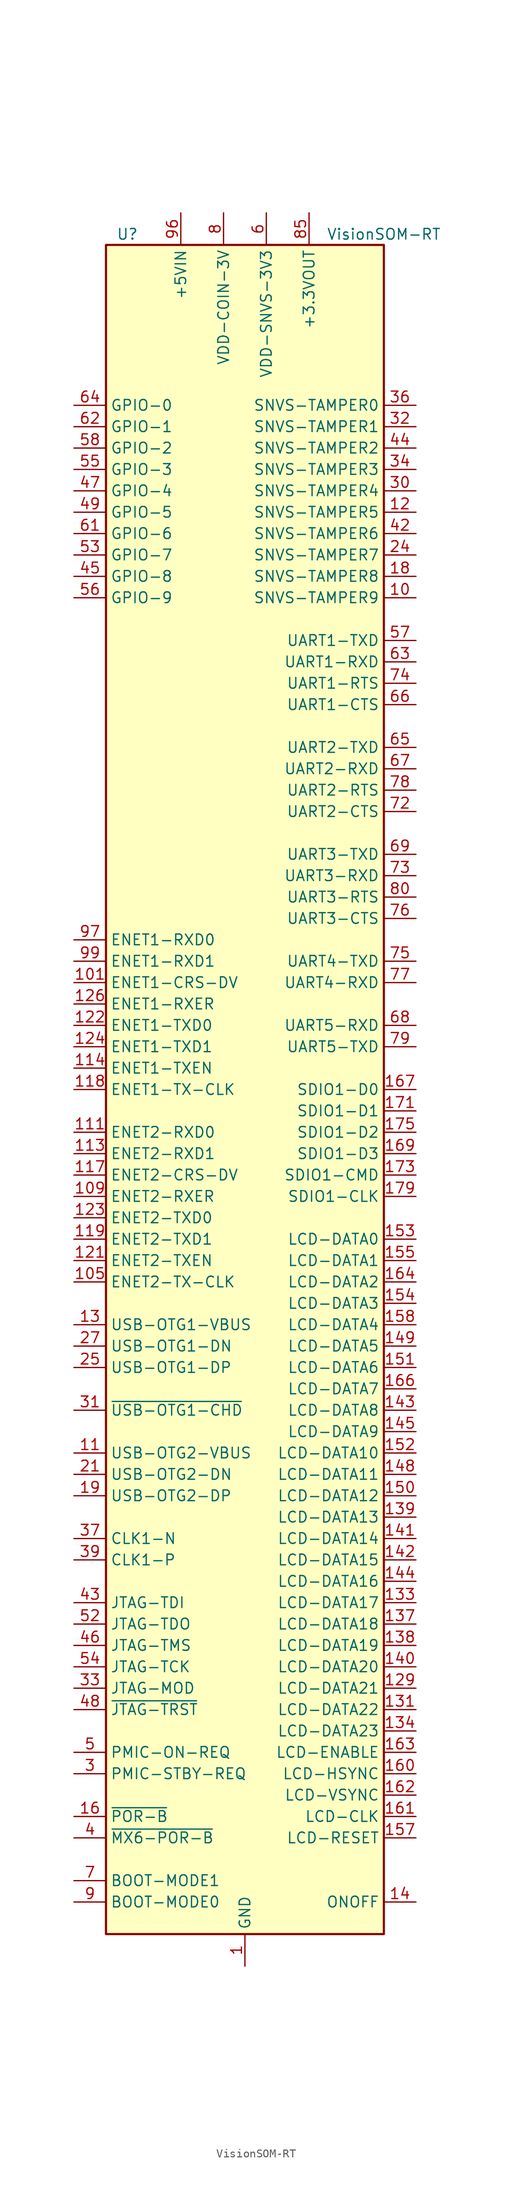
<source format=kicad_sym>
(kicad_symbol_lib
  (version 20200908)
  (generator kicad_symbol_editor)
  (symbol "MCU_Module:VisionSOM-RT"
    (property "Reference" "U"
      (at -13.97 101.6 0)
      (effects (font (size 1.27 1.27))))
    (property "Value" "VisionSOM-RT"
      (at 16.51 101.6 0)
      (effects (font (size 1.27 1.27))))
    (symbol "VisionSOM-RT_0_1"
      (rectangle (start -16.51 100.33) (end 16.51 -100.33) (stroke (width 0.254)) (fill (type background))))
    (symbol "VisionSOM-RT_1_1"
      (pin power_in line (at 0 -104.14 90) (length 3.81) (name "GND" (effects (font (size 1.27 1.27)))) (number "1" (effects (font (size 1.27 1.27)))))
      (pin bidirectional line (at 20.32 58.42 180) (length 3.81) (name "SNVS-TAMPER9" (effects (font (size 1.27 1.27)))) (number "10" (effects (font (size 1.27 1.27)))))
      (pin passive line (at -7.62 104.14 270) (length 3.81) hide (name "+5VIN" (effects (font (size 1.27 1.27)))) (number "100" (effects (font (size 1.27 1.27)))))
      (pin bidirectional line (at -20.32 12.7 0) (length 3.81) (name "ENET1-CRS-DV" (effects (font (size 1.27 1.27)))) (number "101" (effects (font (size 1.27 1.27)))))
      (pin passive line (at -7.62 104.14 270) (length 3.81) hide (name "+5VIN" (effects (font (size 1.27 1.27)))) (number "102" (effects (font (size 1.27 1.27)))))
      (pin passive line (at 0 -104.14 90) (length 3.81) hide (name "GND" (effects (font (size 1.27 1.27)))) (number "103" (effects (font (size 1.27 1.27)))))
      (pin passive line (at -7.62 104.14 270) (length 3.81) hide (name "+5VIN" (effects (font (size 1.27 1.27)))) (number "104" (effects (font (size 1.27 1.27)))))
      (pin bidirectional line (at -20.32 -22.86 0) (length 3.81) (name "ENET2-TX-CLK" (effects (font (size 1.27 1.27)))) (number "105" (effects (font (size 1.27 1.27)))))
      (pin passive line (at -7.62 104.14 270) (length 3.81) hide (name "+5VIN" (effects (font (size 1.27 1.27)))) (number "106" (effects (font (size 1.27 1.27)))))
      (pin passive line (at 0 -104.14 90) (length 3.81) hide (name "GND" (effects (font (size 1.27 1.27)))) (number "107" (effects (font (size 1.27 1.27)))))
      (pin passive line (at -7.62 104.14 270) (length 3.81) hide (name "+5VIN" (effects (font (size 1.27 1.27)))) (number "108" (effects (font (size 1.27 1.27)))))
      (pin bidirectional line (at -20.32 -12.7 0) (length 3.81) (name "ENET2-RXER" (effects (font (size 1.27 1.27)))) (number "109" (effects (font (size 1.27 1.27)))))
      (pin input line (at -20.32 -43.18 0) (length 3.81) (name "USB-OTG2-VBUS" (effects (font (size 1.27 1.27)))) (number "11" (effects (font (size 1.27 1.27)))))
      (pin passive line (at -7.62 104.14 270) (length 3.81) hide (name "+5VIN" (effects (font (size 1.27 1.27)))) (number "110" (effects (font (size 1.27 1.27)))))
      (pin bidirectional line (at -20.32 -5.08 0) (length 3.81) (name "ENET2-RXD0" (effects (font (size 1.27 1.27)))) (number "111" (effects (font (size 1.27 1.27)))))
      (pin passive line (at -7.62 104.14 270) (length 3.81) hide (name "+5VIN" (effects (font (size 1.27 1.27)))) (number "112" (effects (font (size 1.27 1.27)))))
      (pin bidirectional line (at -20.32 -7.62 0) (length 3.81) (name "ENET2-RXD1" (effects (font (size 1.27 1.27)))) (number "113" (effects (font (size 1.27 1.27)))))
      (pin bidirectional line (at -20.32 2.54 0) (length 3.81) (name "ENET1-TXEN" (effects (font (size 1.27 1.27)))) (number "114" (effects (font (size 1.27 1.27)))))
      (pin passive line (at 0 -104.14 90) (length 3.81) hide (name "GND" (effects (font (size 1.27 1.27)))) (number "115" (effects (font (size 1.27 1.27)))))
      (pin passive line (at 0 -104.14 90) (length 3.81) hide (name "GND" (effects (font (size 1.27 1.27)))) (number "116" (effects (font (size 1.27 1.27)))))
      (pin bidirectional line (at -20.32 -10.16 0) (length 3.81) (name "ENET2-CRS-DV" (effects (font (size 1.27 1.27)))) (number "117" (effects (font (size 1.27 1.27)))))
      (pin bidirectional line (at -20.32 0 0) (length 3.81) (name "ENET1-TX-CLK" (effects (font (size 1.27 1.27)))) (number "118" (effects (font (size 1.27 1.27)))))
      (pin bidirectional line (at -20.32 -17.78 0) (length 3.81) (name "ENET2-TXD1" (effects (font (size 1.27 1.27)))) (number "119" (effects (font (size 1.27 1.27)))))
      (pin bidirectional line (at 20.32 68.58 180) (length 3.81) (name "SNVS-TAMPER5" (effects (font (size 1.27 1.27)))) (number "12" (effects (font (size 1.27 1.27)))))
      (pin passive line (at 0 -104.14 90) (length 3.81) hide (name "GND" (effects (font (size 1.27 1.27)))) (number "120" (effects (font (size 1.27 1.27)))))
      (pin bidirectional line (at -20.32 -20.32 0) (length 3.81) (name "ENET2-TXEN" (effects (font (size 1.27 1.27)))) (number "121" (effects (font (size 1.27 1.27)))))
      (pin bidirectional line (at -20.32 7.62 0) (length 3.81) (name "ENET1-TXD0" (effects (font (size 1.27 1.27)))) (number "122" (effects (font (size 1.27 1.27)))))
      (pin bidirectional line (at -20.32 -15.24 0) (length 3.81) (name "ENET2-TXD0" (effects (font (size 1.27 1.27)))) (number "123" (effects (font (size 1.27 1.27)))))
      (pin bidirectional line (at -20.32 5.08 0) (length 3.81) (name "ENET1-TXD1" (effects (font (size 1.27 1.27)))) (number "124" (effects (font (size 1.27 1.27)))))
      (pin passive line (at 0 -104.14 90) (length 3.81) hide (name "GND" (effects (font (size 1.27 1.27)))) (number "125" (effects (font (size 1.27 1.27)))))
      (pin bidirectional line (at -20.32 10.16 0) (length 3.81) (name "ENET1-RXER" (effects (font (size 1.27 1.27)))) (number "126" (effects (font (size 1.27 1.27)))))
      (pin passive line (at 0 -104.14 90) (length 3.81) hide (name "GND" (effects (font (size 1.27 1.27)))) (number "127" (effects (font (size 1.27 1.27)))))
      (pin passive line (at 0 -104.14 90) (length 3.81) hide (name "GND" (effects (font (size 1.27 1.27)))) (number "128" (effects (font (size 1.27 1.27)))))
      (pin bidirectional line (at 20.32 -71.12 180) (length 3.81) (name "LCD-DATA21" (effects (font (size 1.27 1.27)))) (number "129" (effects (font (size 1.27 1.27)))))
      (pin input line (at -20.32 -27.94 0) (length 3.81) (name "USB-OTG1-VBUS" (effects (font (size 1.27 1.27)))) (number "13" (effects (font (size 1.27 1.27)))))
      (pin passive line (at 0 -104.14 90) (length 3.81) hide (name "GND" (effects (font (size 1.27 1.27)))) (number "130" (effects (font (size 1.27 1.27)))))
      (pin bidirectional line (at 20.32 -73.66 180) (length 3.81) (name "LCD-DATA22" (effects (font (size 1.27 1.27)))) (number "131" (effects (font (size 1.27 1.27)))))
      (pin passive line (at 0 -104.14 90) (length 3.81) hide (name "GND" (effects (font (size 1.27 1.27)))) (number "132" (effects (font (size 1.27 1.27)))))
      (pin bidirectional line (at 20.32 -60.96 180) (length 3.81) (name "LCD-DATA17" (effects (font (size 1.27 1.27)))) (number "133" (effects (font (size 1.27 1.27)))))
      (pin bidirectional line (at 20.32 -76.2 180) (length 3.81) (name "LCD-DATA23" (effects (font (size 1.27 1.27)))) (number "134" (effects (font (size 1.27 1.27)))))
      (pin passive line (at 0 -104.14 90) (length 3.81) hide (name "GND" (effects (font (size 1.27 1.27)))) (number "135" (effects (font (size 1.27 1.27)))))
      (pin passive line (at 0 -104.14 90) (length 3.81) hide (name "GND" (effects (font (size 1.27 1.27)))) (number "136" (effects (font (size 1.27 1.27)))))
      (pin bidirectional line (at 20.32 -63.5 180) (length 3.81) (name "LCD-DATA18" (effects (font (size 1.27 1.27)))) (number "137" (effects (font (size 1.27 1.27)))))
      (pin bidirectional line (at 20.32 -66.04 180) (length 3.81) (name "LCD-DATA19" (effects (font (size 1.27 1.27)))) (number "138" (effects (font (size 1.27 1.27)))))
      (pin bidirectional line (at 20.32 -50.8 180) (length 3.81) (name "LCD-DATA13" (effects (font (size 1.27 1.27)))) (number "139" (effects (font (size 1.27 1.27)))))
      (pin input line (at 20.32 -96.52 180) (length 3.81) (name "ONOFF" (effects (font (size 1.27 1.27)))) (number "14" (effects (font (size 1.27 1.27)))))
      (pin bidirectional line (at 20.32 -68.58 180) (length 3.81) (name "LCD-DATA20" (effects (font (size 1.27 1.27)))) (number "140" (effects (font (size 1.27 1.27)))))
      (pin bidirectional line (at 20.32 -53.34 180) (length 3.81) (name "LCD-DATA14" (effects (font (size 1.27 1.27)))) (number "141" (effects (font (size 1.27 1.27)))))
      (pin bidirectional line (at 20.32 -55.88 180) (length 3.81) (name "LCD-DATA15" (effects (font (size 1.27 1.27)))) (number "142" (effects (font (size 1.27 1.27)))))
      (pin bidirectional line (at 20.32 -38.1 180) (length 3.81) (name "LCD-DATA8" (effects (font (size 1.27 1.27)))) (number "143" (effects (font (size 1.27 1.27)))))
      (pin bidirectional line (at 20.32 -58.42 180) (length 3.81) (name "LCD-DATA16" (effects (font (size 1.27 1.27)))) (number "144" (effects (font (size 1.27 1.27)))))
      (pin bidirectional line (at 20.32 -40.64 180) (length 3.81) (name "LCD-DATA9" (effects (font (size 1.27 1.27)))) (number "145" (effects (font (size 1.27 1.27)))))
      (pin passive line (at 0 -104.14 90) (length 3.81) hide (name "GND" (effects (font (size 1.27 1.27)))) (number "146" (effects (font (size 1.27 1.27)))))
      (pin passive line (at 0 -104.14 90) (length 3.81) hide (name "GND" (effects (font (size 1.27 1.27)))) (number "147" (effects (font (size 1.27 1.27)))))
      (pin bidirectional line (at 20.32 -45.72 180) (length 3.81) (name "LCD-DATA11" (effects (font (size 1.27 1.27)))) (number "148" (effects (font (size 1.27 1.27)))))
      (pin bidirectional line (at 20.32 -30.48 180) (length 3.81) (name "LCD-DATA5" (effects (font (size 1.27 1.27)))) (number "149" (effects (font (size 1.27 1.27)))))
      (pin passive line (at 0 -104.14 90) (length 3.81) hide (name "GND" (effects (font (size 1.27 1.27)))) (number "15" (effects (font (size 1.27 1.27)))))
      (pin bidirectional line (at 20.32 -48.26 180) (length 3.81) (name "LCD-DATA12" (effects (font (size 1.27 1.27)))) (number "150" (effects (font (size 1.27 1.27)))))
      (pin bidirectional line (at 20.32 -33.02 180) (length 3.81) (name "LCD-DATA6" (effects (font (size 1.27 1.27)))) (number "151" (effects (font (size 1.27 1.27)))))
      (pin bidirectional line (at 20.32 -43.18 180) (length 3.81) (name "LCD-DATA10" (effects (font (size 1.27 1.27)))) (number "152" (effects (font (size 1.27 1.27)))))
      (pin bidirectional line (at 20.32 -17.78 180) (length 3.81) (name "LCD-DATA0" (effects (font (size 1.27 1.27)))) (number "153" (effects (font (size 1.27 1.27)))))
      (pin bidirectional line (at 20.32 -25.4 180) (length 3.81) (name "LCD-DATA3" (effects (font (size 1.27 1.27)))) (number "154" (effects (font (size 1.27 1.27)))))
      (pin bidirectional line (at 20.32 -20.32 180) (length 3.81) (name "LCD-DATA1" (effects (font (size 1.27 1.27)))) (number "155" (effects (font (size 1.27 1.27)))))
      (pin passive line (at 0 -104.14 90) (length 3.81) hide (name "GND" (effects (font (size 1.27 1.27)))) (number "156" (effects (font (size 1.27 1.27)))))
      (pin bidirectional line (at 20.32 -88.9 180) (length 3.81) (name "LCD-RESET" (effects (font (size 1.27 1.27)))) (number "157" (effects (font (size 1.27 1.27)))))
      (pin bidirectional line (at 20.32 -27.94 180) (length 3.81) (name "LCD-DATA4" (effects (font (size 1.27 1.27)))) (number "158" (effects (font (size 1.27 1.27)))))
      (pin passive line (at 0 -104.14 90) (length 3.81) hide (name "GND" (effects (font (size 1.27 1.27)))) (number "159" (effects (font (size 1.27 1.27)))))
      (pin input line (at -20.32 -86.36 0) (length 3.81) (name "~POR-B" (effects (font (size 1.27 1.27)))) (number "16" (effects (font (size 1.27 1.27)))))
      (pin bidirectional line (at 20.32 -81.28 180) (length 3.81) (name "LCD-HSYNC" (effects (font (size 1.27 1.27)))) (number "160" (effects (font (size 1.27 1.27)))))
      (pin bidirectional line (at 20.32 -86.36 180) (length 3.81) (name "LCD-CLK" (effects (font (size 1.27 1.27)))) (number "161" (effects (font (size 1.27 1.27)))))
      (pin bidirectional line (at 20.32 -83.82 180) (length 3.81) (name "LCD-VSYNC" (effects (font (size 1.27 1.27)))) (number "162" (effects (font (size 1.27 1.27)))))
      (pin bidirectional line (at 20.32 -78.74 180) (length 3.81) (name "LCD-ENABLE" (effects (font (size 1.27 1.27)))) (number "163" (effects (font (size 1.27 1.27)))))
      (pin bidirectional line (at 20.32 -22.86 180) (length 3.81) (name "LCD-DATA2" (effects (font (size 1.27 1.27)))) (number "164" (effects (font (size 1.27 1.27)))))
      (pin passive line (at 0 -104.14 90) (length 3.81) hide (name "GND" (effects (font (size 1.27 1.27)))) (number "165" (effects (font (size 1.27 1.27)))))
      (pin bidirectional line (at 20.32 -35.56 180) (length 3.81) (name "LCD-DATA7" (effects (font (size 1.27 1.27)))) (number "166" (effects (font (size 1.27 1.27)))))
      (pin bidirectional line (at 20.32 0 180) (length 3.81) (name "SDIO1-D0" (effects (font (size 1.27 1.27)))) (number "167" (effects (font (size 1.27 1.27)))))
      (pin passive line (at 0 -104.14 90) (length 3.81) hide (name "GND" (effects (font (size 1.27 1.27)))) (number "168" (effects (font (size 1.27 1.27)))))
      (pin bidirectional line (at 20.32 -7.62 180) (length 3.81) (name "SDIO1-D3" (effects (font (size 1.27 1.27)))) (number "169" (effects (font (size 1.27 1.27)))))
      (pin passive line (at 0 -104.14 90) (length 3.81) hide (name "GND" (effects (font (size 1.27 1.27)))) (number "17" (effects (font (size 1.27 1.27)))))
      (pin passive line (at 0 -104.14 90) (length 3.81) hide (name "GND" (effects (font (size 1.27 1.27)))) (number "170" (effects (font (size 1.27 1.27)))))
      (pin bidirectional line (at 20.32 -2.54 180) (length 3.81) (name "SDIO1-D1" (effects (font (size 1.27 1.27)))) (number "171" (effects (font (size 1.27 1.27)))))
      (pin passive line (at 0 -104.14 90) (length 3.81) hide (name "GND" (effects (font (size 1.27 1.27)))) (number "172" (effects (font (size 1.27 1.27)))))
      (pin bidirectional line (at 20.32 -10.16 180) (length 3.81) (name "SDIO1-CMD" (effects (font (size 1.27 1.27)))) (number "173" (effects (font (size 1.27 1.27)))))
      (pin passive line (at 0 -104.14 90) (length 3.81) hide (name "GND" (effects (font (size 1.27 1.27)))) (number "174" (effects (font (size 1.27 1.27)))))
      (pin bidirectional line (at 20.32 -5.08 180) (length 3.81) (name "SDIO1-D2" (effects (font (size 1.27 1.27)))) (number "175" (effects (font (size 1.27 1.27)))))
      (pin unconnected line (at -5.08 -99.06 90) (length 3.81) hide (name "NC" (effects (font (size 1.27 1.27)))) (number "176" (effects (font (size 1.27 1.27)))))
      (pin passive line (at 0 -104.14 90) (length 3.81) hide (name "GND" (effects (font (size 1.27 1.27)))) (number "177" (effects (font (size 1.27 1.27)))))
      (pin unconnected line (at -2.54 -99.06 90) (length 3.81) hide (name "NC" (effects (font (size 1.27 1.27)))) (number "178" (effects (font (size 1.27 1.27)))))
      (pin bidirectional line (at 20.32 -12.7 180) (length 3.81) (name "SDIO1-CLK" (effects (font (size 1.27 1.27)))) (number "179" (effects (font (size 1.27 1.27)))))
      (pin bidirectional line (at 20.32 60.96 180) (length 3.81) (name "SNVS-TAMPER8" (effects (font (size 1.27 1.27)))) (number "18" (effects (font (size 1.27 1.27)))))
      (pin unconnected line (at 2.54 -99.06 90) (length 3.81) hide (name "NC" (effects (font (size 1.27 1.27)))) (number "180" (effects (font (size 1.27 1.27)))))
      (pin passive line (at 0 -104.14 90) (length 3.81) hide (name "GND" (effects (font (size 1.27 1.27)))) (number "181" (effects (font (size 1.27 1.27)))))
      (pin unconnected line (at 5.08 -99.06 90) (length 3.81) hide (name "NC" (effects (font (size 1.27 1.27)))) (number "182" (effects (font (size 1.27 1.27)))))
      (pin unconnected line (at -15.24 22.86 0) (length 3.81) hide (name "NC" (effects (font (size 1.27 1.27)))) (number "183" (effects (font (size 1.27 1.27)))))
      (pin passive line (at 0 -104.14 90) (length 3.81) hide (name "GND" (effects (font (size 1.27 1.27)))) (number "184" (effects (font (size 1.27 1.27)))))
      (pin passive line (at 0 -104.14 90) (length 3.81) hide (name "GND" (effects (font (size 1.27 1.27)))) (number "185" (effects (font (size 1.27 1.27)))))
      (pin unconnected line (at -15.24 35.56 0) (length 3.81) hide (name "NC" (effects (font (size 1.27 1.27)))) (number "186" (effects (font (size 1.27 1.27)))))
      (pin unconnected line (at -15.24 25.4 0) (length 3.81) hide (name "NC" (effects (font (size 1.27 1.27)))) (number "187" (effects (font (size 1.27 1.27)))))
      (pin unconnected line (at -15.24 33.02 0) (length 3.81) hide (name "NC" (effects (font (size 1.27 1.27)))) (number "188" (effects (font (size 1.27 1.27)))))
      (pin passive line (at 0 -104.14 90) (length 3.81) hide (name "GND" (effects (font (size 1.27 1.27)))) (number "189" (effects (font (size 1.27 1.27)))))
      (pin bidirectional line (at -20.32 -48.26 0) (length 3.81) (name "USB-OTG2-DP" (effects (font (size 1.27 1.27)))) (number "19" (effects (font (size 1.27 1.27)))))
      (pin unconnected line (at -15.24 38.1 0) (length 3.81) hide (name "NC" (effects (font (size 1.27 1.27)))) (number "190" (effects (font (size 1.27 1.27)))))
      (pin unconnected line (at -15.24 40.64 0) (length 3.81) hide (name "NC" (effects (font (size 1.27 1.27)))) (number "191" (effects (font (size 1.27 1.27)))))
      (pin unconnected line (at -15.24 43.18 0) (length 3.81) hide (name "NC" (effects (font (size 1.27 1.27)))) (number "192" (effects (font (size 1.27 1.27)))))
      (pin unconnected line (at -15.24 48.26 0) (length 3.81) hide (name "NC" (effects (font (size 1.27 1.27)))) (number "193" (effects (font (size 1.27 1.27)))))
      (pin unconnected line (at -15.24 45.72 0) (length 3.81) hide (name "NC" (effects (font (size 1.27 1.27)))) (number "194" (effects (font (size 1.27 1.27)))))
      (pin unconnected line (at -15.24 50.8 0) (length 3.81) hide (name "NC" (effects (font (size 1.27 1.27)))) (number "195" (effects (font (size 1.27 1.27)))))
      (pin unconnected line (at -15.24 53.34 0) (length 3.81) hide (name "NC" (effects (font (size 1.27 1.27)))) (number "196" (effects (font (size 1.27 1.27)))))
      (pin unconnected line (at -15.24 30.48 0) (length 3.81) hide (name "NC" (effects (font (size 1.27 1.27)))) (number "197" (effects (font (size 1.27 1.27)))))
      (pin unconnected line (at -15.24 27.94 0) (length 3.81) hide (name "NC" (effects (font (size 1.27 1.27)))) (number "198" (effects (font (size 1.27 1.27)))))
      (pin passive line (at 0 -104.14 90) (length 3.81) hide (name "GND" (effects (font (size 1.27 1.27)))) (number "199" (effects (font (size 1.27 1.27)))))
      (pin passive line (at 0 -104.14 90) (length 3.81) hide (name "GND" (effects (font (size 1.27 1.27)))) (number "2" (effects (font (size 1.27 1.27)))))
      (pin passive line (at 0 -104.14 90) (length 3.81) hide (name "GND" (effects (font (size 1.27 1.27)))) (number "20" (effects (font (size 1.27 1.27)))))
      (pin passive line (at 0 -104.14 90) (length 3.81) hide (name "GND" (effects (font (size 1.27 1.27)))) (number "200" (effects (font (size 1.27 1.27)))))
      (pin bidirectional line (at -20.32 -45.72 0) (length 3.81) (name "USB-OTG2-DN" (effects (font (size 1.27 1.27)))) (number "21" (effects (font (size 1.27 1.27)))))
      (pin passive line (at 0 -104.14 90) (length 3.81) hide (name "GND" (effects (font (size 1.27 1.27)))) (number "22" (effects (font (size 1.27 1.27)))))
      (pin passive line (at 0 -104.14 90) (length 3.81) hide (name "GND" (effects (font (size 1.27 1.27)))) (number "23" (effects (font (size 1.27 1.27)))))
      (pin bidirectional line (at 20.32 63.5 180) (length 3.81) (name "SNVS-TAMPER7" (effects (font (size 1.27 1.27)))) (number "24" (effects (font (size 1.27 1.27)))))
      (pin bidirectional line (at -20.32 -33.02 0) (length 3.81) (name "USB-OTG1-DP" (effects (font (size 1.27 1.27)))) (number "25" (effects (font (size 1.27 1.27)))))
      (pin passive line (at 0 -104.14 90) (length 3.81) hide (name "GND" (effects (font (size 1.27 1.27)))) (number "26" (effects (font (size 1.27 1.27)))))
      (pin bidirectional line (at -20.32 -30.48 0) (length 3.81) (name "USB-OTG1-DN" (effects (font (size 1.27 1.27)))) (number "27" (effects (font (size 1.27 1.27)))))
      (pin passive line (at 0 -104.14 90) (length 3.81) hide (name "GND" (effects (font (size 1.27 1.27)))) (number "28" (effects (font (size 1.27 1.27)))))
      (pin passive line (at 0 -104.14 90) (length 3.81) hide (name "GND" (effects (font (size 1.27 1.27)))) (number "29" (effects (font (size 1.27 1.27)))))
      (pin output line (at -20.32 -81.28 0) (length 3.81) (name "PMIC-STBY-REQ" (effects (font (size 1.27 1.27)))) (number "3" (effects (font (size 1.27 1.27)))))
      (pin bidirectional line (at 20.32 71.12 180) (length 3.81) (name "SNVS-TAMPER4" (effects (font (size 1.27 1.27)))) (number "30" (effects (font (size 1.27 1.27)))))
      (pin open_collector line (at -20.32 -38.1 0) (length 3.81) (name "~USB-OTG1-CHD" (effects (font (size 1.27 1.27)))) (number "31" (effects (font (size 1.27 1.27)))))
      (pin bidirectional line (at 20.32 78.74 180) (length 3.81) (name "SNVS-TAMPER1" (effects (font (size 1.27 1.27)))) (number "32" (effects (font (size 1.27 1.27)))))
      (pin bidirectional line (at -20.32 -71.12 0) (length 3.81) (name "JTAG-MOD" (effects (font (size 1.27 1.27)))) (number "33" (effects (font (size 1.27 1.27)))))
      (pin bidirectional line (at 20.32 73.66 180) (length 3.81) (name "SNVS-TAMPER3" (effects (font (size 1.27 1.27)))) (number "34" (effects (font (size 1.27 1.27)))))
      (pin passive line (at 0 -104.14 90) (length 3.81) hide (name "GND" (effects (font (size 1.27 1.27)))) (number "35" (effects (font (size 1.27 1.27)))))
      (pin bidirectional line (at 20.32 81.28 180) (length 3.81) (name "SNVS-TAMPER0" (effects (font (size 1.27 1.27)))) (number "36" (effects (font (size 1.27 1.27)))))
      (pin bidirectional line (at -20.32 -53.34 0) (length 3.81) (name "CLK1-N" (effects (font (size 1.27 1.27)))) (number "37" (effects (font (size 1.27 1.27)))))
      (pin passive line (at 0 -104.14 90) (length 3.81) hide (name "GND" (effects (font (size 1.27 1.27)))) (number "38" (effects (font (size 1.27 1.27)))))
      (pin bidirectional line (at -20.32 -55.88 0) (length 3.81) (name "CLK1-P" (effects (font (size 1.27 1.27)))) (number "39" (effects (font (size 1.27 1.27)))))
      (pin input line (at -20.32 -88.9 0) (length 3.81) (name "~MX6-POR-B" (effects (font (size 1.27 1.27)))) (number "4" (effects (font (size 1.27 1.27)))))
      (pin passive line (at 0 -104.14 90) (length 3.81) hide (name "GND" (effects (font (size 1.27 1.27)))) (number "40" (effects (font (size 1.27 1.27)))))
      (pin passive line (at 0 -104.14 90) (length 3.81) hide (name "GND" (effects (font (size 1.27 1.27)))) (number "41" (effects (font (size 1.27 1.27)))))
      (pin bidirectional line (at 20.32 66.04 180) (length 3.81) (name "SNVS-TAMPER6" (effects (font (size 1.27 1.27)))) (number "42" (effects (font (size 1.27 1.27)))))
      (pin bidirectional line (at -20.32 -60.96 0) (length 3.81) (name "JTAG-TDI" (effects (font (size 1.27 1.27)))) (number "43" (effects (font (size 1.27 1.27)))))
      (pin bidirectional line (at 20.32 76.2 180) (length 3.81) (name "SNVS-TAMPER2" (effects (font (size 1.27 1.27)))) (number "44" (effects (font (size 1.27 1.27)))))
      (pin bidirectional line (at -20.32 60.96 0) (length 3.81) (name "GPIO-8" (effects (font (size 1.27 1.27)))) (number "45" (effects (font (size 1.27 1.27)))))
      (pin bidirectional line (at -20.32 -66.04 0) (length 3.81) (name "JTAG-TMS" (effects (font (size 1.27 1.27)))) (number "46" (effects (font (size 1.27 1.27)))))
      (pin bidirectional line (at -20.32 71.12 0) (length 3.81) (name "GPIO-4" (effects (font (size 1.27 1.27)))) (number "47" (effects (font (size 1.27 1.27)))))
      (pin bidirectional line (at -20.32 -73.66 0) (length 3.81) (name "~JTAG-TRST" (effects (font (size 1.27 1.27)))) (number "48" (effects (font (size 1.27 1.27)))))
      (pin bidirectional line (at -20.32 68.58 0) (length 3.81) (name "GPIO-5" (effects (font (size 1.27 1.27)))) (number "49" (effects (font (size 1.27 1.27)))))
      (pin output line (at -20.32 -78.74 0) (length 3.81) (name "PMIC-ON-REQ" (effects (font (size 1.27 1.27)))) (number "5" (effects (font (size 1.27 1.27)))))
      (pin passive line (at 0 -104.14 90) (length 3.81) hide (name "GND" (effects (font (size 1.27 1.27)))) (number "50" (effects (font (size 1.27 1.27)))))
      (pin passive line (at 0 -104.14 90) (length 3.81) hide (name "GND" (effects (font (size 1.27 1.27)))) (number "51" (effects (font (size 1.27 1.27)))))
      (pin bidirectional line (at -20.32 -63.5 0) (length 3.81) (name "JTAG-TDO" (effects (font (size 1.27 1.27)))) (number "52" (effects (font (size 1.27 1.27)))))
      (pin bidirectional line (at -20.32 63.5 0) (length 3.81) (name "GPIO-7" (effects (font (size 1.27 1.27)))) (number "53" (effects (font (size 1.27 1.27)))))
      (pin bidirectional line (at -20.32 -68.58 0) (length 3.81) (name "JTAG-TCK" (effects (font (size 1.27 1.27)))) (number "54" (effects (font (size 1.27 1.27)))))
      (pin bidirectional line (at -20.32 73.66 0) (length 3.81) (name "GPIO-3" (effects (font (size 1.27 1.27)))) (number "55" (effects (font (size 1.27 1.27)))))
      (pin bidirectional line (at -20.32 58.42 0) (length 3.81) (name "GPIO-9" (effects (font (size 1.27 1.27)))) (number "56" (effects (font (size 1.27 1.27)))))
      (pin bidirectional line (at 20.32 53.34 180) (length 3.81) (name "UART1-TXD" (effects (font (size 1.27 1.27)))) (number "57" (effects (font (size 1.27 1.27)))))
      (pin bidirectional line (at -20.32 76.2 0) (length 3.81) (name "GPIO-2" (effects (font (size 1.27 1.27)))) (number "58" (effects (font (size 1.27 1.27)))))
      (pin passive line (at 0 -104.14 90) (length 3.81) hide (name "GND" (effects (font (size 1.27 1.27)))) (number "59" (effects (font (size 1.27 1.27)))))
      (pin power_in line (at 2.54 104.14 270) (length 3.81) (name "VDD-SNVS-3V3" (effects (font (size 1.27 1.27)))) (number "6" (effects (font (size 1.27 1.27)))))
      (pin passive line (at 0 -104.14 90) (length 3.81) hide (name "GND" (effects (font (size 1.27 1.27)))) (number "60" (effects (font (size 1.27 1.27)))))
      (pin bidirectional line (at -20.32 66.04 0) (length 3.81) (name "GPIO-6" (effects (font (size 1.27 1.27)))) (number "61" (effects (font (size 1.27 1.27)))))
      (pin bidirectional line (at -20.32 78.74 0) (length 3.81) (name "GPIO-1" (effects (font (size 1.27 1.27)))) (number "62" (effects (font (size 1.27 1.27)))))
      (pin bidirectional line (at 20.32 50.8 180) (length 3.81) (name "UART1-RXD" (effects (font (size 1.27 1.27)))) (number "63" (effects (font (size 1.27 1.27)))))
      (pin bidirectional line (at -20.32 81.28 0) (length 3.81) (name "GPIO-0" (effects (font (size 1.27 1.27)))) (number "64" (effects (font (size 1.27 1.27)))))
      (pin bidirectional line (at 20.32 40.64 180) (length 3.81) (name "UART2-TXD" (effects (font (size 1.27 1.27)))) (number "65" (effects (font (size 1.27 1.27)))))
      (pin bidirectional line (at 20.32 45.72 180) (length 3.81) (name "UART1-CTS" (effects (font (size 1.27 1.27)))) (number "66" (effects (font (size 1.27 1.27)))))
      (pin bidirectional line (at 20.32 38.1 180) (length 3.81) (name "UART2-RXD" (effects (font (size 1.27 1.27)))) (number "67" (effects (font (size 1.27 1.27)))))
      (pin bidirectional line (at 20.32 7.62 180) (length 3.81) (name "UART5-RXD" (effects (font (size 1.27 1.27)))) (number "68" (effects (font (size 1.27 1.27)))))
      (pin bidirectional line (at 20.32 27.94 180) (length 3.81) (name "UART3-TXD" (effects (font (size 1.27 1.27)))) (number "69" (effects (font (size 1.27 1.27)))))
      (pin input line (at -20.32 -93.98 0) (length 3.81) (name "BOOT-MODE1" (effects (font (size 1.27 1.27)))) (number "7" (effects (font (size 1.27 1.27)))))
      (pin passive line (at 0 -104.14 90) (length 3.81) hide (name "GND" (effects (font (size 1.27 1.27)))) (number "70" (effects (font (size 1.27 1.27)))))
      (pin passive line (at 0 -104.14 90) (length 3.81) hide (name "GND" (effects (font (size 1.27 1.27)))) (number "71" (effects (font (size 1.27 1.27)))))
      (pin bidirectional line (at 20.32 33.02 180) (length 3.81) (name "UART2-CTS" (effects (font (size 1.27 1.27)))) (number "72" (effects (font (size 1.27 1.27)))))
      (pin bidirectional line (at 20.32 25.4 180) (length 3.81) (name "UART3-RXD" (effects (font (size 1.27 1.27)))) (number "73" (effects (font (size 1.27 1.27)))))
      (pin bidirectional line (at 20.32 48.26 180) (length 3.81) (name "UART1-RTS" (effects (font (size 1.27 1.27)))) (number "74" (effects (font (size 1.27 1.27)))))
      (pin bidirectional line (at 20.32 15.24 180) (length 3.81) (name "UART4-TXD" (effects (font (size 1.27 1.27)))) (number "75" (effects (font (size 1.27 1.27)))))
      (pin bidirectional line (at 20.32 20.32 180) (length 3.81) (name "UART3-CTS" (effects (font (size 1.27 1.27)))) (number "76" (effects (font (size 1.27 1.27)))))
      (pin bidirectional line (at 20.32 12.7 180) (length 3.81) (name "UART4-RXD" (effects (font (size 1.27 1.27)))) (number "77" (effects (font (size 1.27 1.27)))))
      (pin bidirectional line (at 20.32 35.56 180) (length 3.81) (name "UART2-RTS" (effects (font (size 1.27 1.27)))) (number "78" (effects (font (size 1.27 1.27)))))
      (pin bidirectional line (at 20.32 5.08 180) (length 3.81) (name "UART5-TXD" (effects (font (size 1.27 1.27)))) (number "79" (effects (font (size 1.27 1.27)))))
      (pin power_in line (at -2.54 104.14 270) (length 3.81) (name "VDD-COIN-3V" (effects (font (size 1.27 1.27)))) (number "8" (effects (font (size 1.27 1.27)))))
      (pin bidirectional line (at 20.32 22.86 180) (length 3.81) (name "UART3-RTS" (effects (font (size 1.27 1.27)))) (number "80" (effects (font (size 1.27 1.27)))))
      (pin passive line (at 0 -104.14 90) (length 3.81) hide (name "GND" (effects (font (size 1.27 1.27)))) (number "81" (effects (font (size 1.27 1.27)))))
      (pin passive line (at 0 -104.14 90) (length 3.81) hide (name "GND" (effects (font (size 1.27 1.27)))) (number "82" (effects (font (size 1.27 1.27)))))
      (pin unconnected line (at 15.24 -93.98 180) (length 3.81) hide (name "NC" (effects (font (size 1.27 1.27)))) (number "83" (effects (font (size 1.27 1.27)))))
      (pin passive line (at 0 -104.14 90) (length 3.81) hide (name "GND" (effects (font (size 1.27 1.27)))) (number "84" (effects (font (size 1.27 1.27)))))
      (pin power_out line (at 7.62 104.14 270) (length 3.81) (name "+3.3VOUT" (effects (font (size 1.27 1.27)))) (number "85" (effects (font (size 1.27 1.27)))))
      (pin unconnected line (at -15.24 -76.2 0) (length 2.54) hide (name "NC" (effects (font (size 1.27 1.27)))) (number "86" (effects (font (size 1.27 1.27)))))
      (pin passive line (at 7.62 104.14 270) (length 3.81) hide (name "+3.3VOUT" (effects (font (size 1.27 1.27)))) (number "87" (effects (font (size 1.27 1.27)))))
      (pin passive line (at 7.62 104.14 270) (length 3.81) hide (name "+3.3VOUT" (effects (font (size 1.27 1.27)))) (number "88" (effects (font (size 1.27 1.27)))))
      (pin passive line (at 7.62 104.14 270) (length 3.81) hide (name "+3.3VOUT" (effects (font (size 1.27 1.27)))) (number "89" (effects (font (size 1.27 1.27)))))
      (pin input line (at -20.32 -96.52 0) (length 3.81) (name "BOOT-MODE0" (effects (font (size 1.27 1.27)))) (number "9" (effects (font (size 1.27 1.27)))))
      (pin passive line (at 7.62 104.14 270) (length 3.81) hide (name "+3.3VOUT" (effects (font (size 1.27 1.27)))) (number "90" (effects (font (size 1.27 1.27)))))
      (pin passive line (at 7.62 104.14 270) (length 3.81) hide (name "+3.3VOUT" (effects (font (size 1.27 1.27)))) (number "91" (effects (font (size 1.27 1.27)))))
      (pin passive line (at 7.62 104.14 270) (length 3.81) hide (name "+3.3VOUT" (effects (font (size 1.27 1.27)))) (number "92" (effects (font (size 1.27 1.27)))))
      (pin passive line (at 7.62 104.14 270) (length 3.81) hide (name "+3.3VOUT" (effects (font (size 1.27 1.27)))) (number "93" (effects (font (size 1.27 1.27)))))
      (pin unconnected line (at -15.24 -83.82 0) (length 2.54) hide (name "NC" (effects (font (size 1.27 1.27)))) (number "94" (effects (font (size 1.27 1.27)))))
      (pin unconnected line (at -15.24 -91.44 0) (length 2.54) hide (name "NC" (effects (font (size 1.27 1.27)))) (number "95" (effects (font (size 1.27 1.27)))))
      (pin power_in line (at -7.62 104.14 270) (length 3.81) (name "+5VIN" (effects (font (size 1.27 1.27)))) (number "96" (effects (font (size 1.27 1.27)))))
      (pin bidirectional line (at -20.32 17.78 0) (length 3.81) (name "ENET1-RXD0" (effects (font (size 1.27 1.27)))) (number "97" (effects (font (size 1.27 1.27)))))
      (pin passive line (at -7.62 104.14 270) (length 3.81) hide (name "+5VIN" (effects (font (size 1.27 1.27)))) (number "98" (effects (font (size 1.27 1.27)))))
      (pin bidirectional line (at -20.32 15.24 0) (length 3.81) (name "ENET1-RXD1" (effects (font (size 1.27 1.27)))) (number "99" (effects (font (size 1.27 1.27))))))))
</source>
